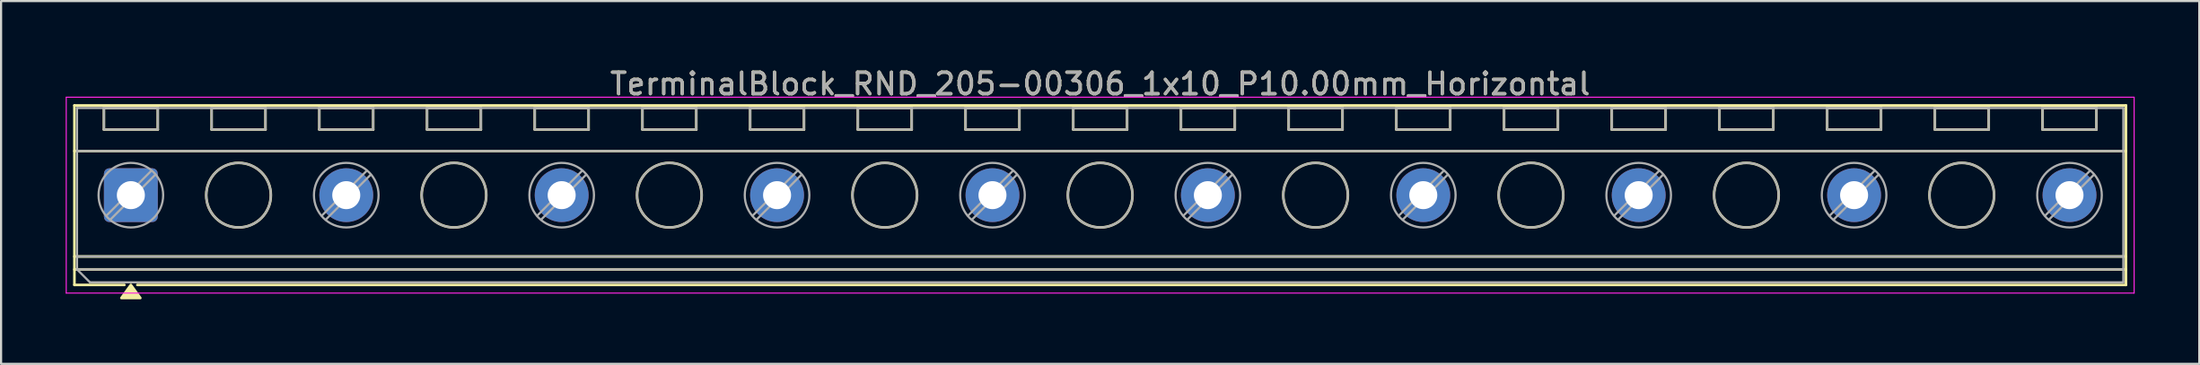
<source format=kicad_pcb>
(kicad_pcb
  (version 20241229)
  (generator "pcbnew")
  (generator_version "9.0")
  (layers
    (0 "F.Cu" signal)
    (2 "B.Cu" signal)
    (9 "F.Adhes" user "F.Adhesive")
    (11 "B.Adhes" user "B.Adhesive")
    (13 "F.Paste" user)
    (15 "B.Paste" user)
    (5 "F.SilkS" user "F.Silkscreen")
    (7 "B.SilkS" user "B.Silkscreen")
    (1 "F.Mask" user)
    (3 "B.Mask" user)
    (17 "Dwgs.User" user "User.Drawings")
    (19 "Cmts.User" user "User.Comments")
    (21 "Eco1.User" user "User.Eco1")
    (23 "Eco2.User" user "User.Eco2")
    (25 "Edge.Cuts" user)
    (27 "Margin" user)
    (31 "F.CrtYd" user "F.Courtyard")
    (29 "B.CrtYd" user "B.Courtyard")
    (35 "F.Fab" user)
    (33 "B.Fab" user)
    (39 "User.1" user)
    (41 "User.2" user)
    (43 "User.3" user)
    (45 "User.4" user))
  (footprint "TerminalBlock_RND_205-00306_1x10_P10.00mm_Horizontal"
    (layer "F.Cu")
    (at 3.025 6.018)
    (property "Reference" "TerminalBlock_RND_205-00306_1x10_P10.00mm_Horizontal" (at 45 -5.17 0) (layer "F.SilkS") (effects (font (size 1 1) (thickness 0.15))))
    (attr through_hole)
    (fp_line (start -2.62 -4.17) (end 92.62 -4.17) (stroke (width 0.12) (type solid)) (layer "F.SilkS"))
    (fp_line (start -2.62 -2.05) (end 92.62 -2.05) (stroke (width 0.12) (type solid)) (layer "F.SilkS"))
    (fp_line (start -2.62 2.85) (end 92.62 2.85) (stroke (width 0.12) (type solid)) (layer "F.SilkS"))
    (fp_line (start -2.62 3.45) (end 92.62 3.45) (stroke (width 0.12) (type solid)) (layer "F.SilkS"))
    (fp_line (start -2.62 4.17) (end -2.62 -4.17) (stroke (width 0.12) (type solid)) (layer "F.SilkS"))
    (fp_line (start -1.25 -4.05) (end 1.25 -4.05) (stroke (width 0.12) (type solid)) (layer "F.SilkS"))
    (fp_line (start -1.25 -3.05) (end -1.25 -4.05) (stroke (width 0.12) (type solid)) (layer "F.SilkS"))
    (fp_line (start -0.3 4.17) (end -2.62 4.17) (stroke (width 0.12) (type solid)) (layer "F.SilkS"))
    (fp_line (start 1.25 -4.05) (end 1.25 -3.05) (stroke (width 0.12) (type solid)) (layer "F.SilkS"))
    (fp_line (start 1.25 -3.05) (end -1.25 -3.05) (stroke (width 0.12) (type solid)) (layer "F.SilkS"))
    (fp_line (start 3.75 -4.05) (end 6.25 -4.05) (stroke (width 0.12) (type solid)) (layer "F.SilkS"))
    (fp_line (start 3.75 -3.05) (end 3.75 -4.05) (stroke (width 0.12) (type solid)) (layer "F.SilkS"))
    (fp_line (start 6.25 -4.05) (end 6.25 -3.05) (stroke (width 0.12) (type solid)) (layer "F.SilkS"))
    (fp_line (start 6.25 -3.05) (end 3.75 -3.05) (stroke (width 0.12) (type solid)) (layer "F.SilkS"))
    (fp_line (start 8.75 -4.05) (end 11.25 -4.05) (stroke (width 0.12) (type solid)) (layer "F.SilkS"))
    (fp_line (start 8.75 -3.05) (end 8.75 -4.05) (stroke (width 0.12) (type solid)) (layer "F.SilkS"))
    (fp_line (start 11.25 -4.05) (end 11.25 -3.05) (stroke (width 0.12) (type solid)) (layer "F.SilkS"))
    (fp_line (start 11.25 -3.05) (end 8.75 -3.05) (stroke (width 0.12) (type solid)) (layer "F.SilkS"))
    (fp_line (start 13.75 -4.05) (end 16.25 -4.05) (stroke (width 0.12) (type solid)) (layer "F.SilkS"))
    (fp_line (start 13.75 -3.05) (end 13.75 -4.05) (stroke (width 0.12) (type solid)) (layer "F.SilkS"))
    (fp_line (start 16.25 -4.05) (end 16.25 -3.05) (stroke (width 0.12) (type solid)) (layer "F.SilkS"))
    (fp_line (start 16.25 -3.05) (end 13.75 -3.05) (stroke (width 0.12) (type solid)) (layer "F.SilkS"))
    (fp_line (start 18.75 -4.05) (end 21.25 -4.05) (stroke (width 0.12) (type solid)) (layer "F.SilkS"))
    (fp_line (start 18.75 -3.05) (end 18.75 -4.05) (stroke (width 0.12) (type solid)) (layer "F.SilkS"))
    (fp_line (start 21.25 -4.05) (end 21.25 -3.05) (stroke (width 0.12) (type solid)) (layer "F.SilkS"))
    (fp_line (start 21.25 -3.05) (end 18.75 -3.05) (stroke (width 0.12) (type solid)) (layer "F.SilkS"))
    (fp_line (start 23.75 -4.05) (end 26.25 -4.05) (stroke (width 0.12) (type solid)) (layer "F.SilkS"))
    (fp_line (start 23.75 -3.05) (end 23.75 -4.05) (stroke (width 0.12) (type solid)) (layer "F.SilkS"))
    (fp_line (start 26.25 -4.05) (end 26.25 -3.05) (stroke (width 0.12) (type solid)) (layer "F.SilkS"))
    (fp_line (start 26.25 -3.05) (end 23.75 -3.05) (stroke (width 0.12) (type solid)) (layer "F.SilkS"))
    (fp_line (start 28.75 -4.05) (end 31.25 -4.05) (stroke (width 0.12) (type solid)) (layer "F.SilkS"))
    (fp_line (start 28.75 -3.05) (end 28.75 -4.05) (stroke (width 0.12) (type solid)) (layer "F.SilkS"))
    (fp_line (start 31.25 -4.05) (end 31.25 -3.05) (stroke (width 0.12) (type solid)) (layer "F.SilkS"))
    (fp_line (start 31.25 -3.05) (end 28.75 -3.05) (stroke (width 0.12) (type solid)) (layer "F.SilkS"))
    (fp_line (start 33.75 -4.05) (end 36.25 -4.05) (stroke (width 0.12) (type solid)) (layer "F.SilkS"))
    (fp_line (start 33.75 -3.05) (end 33.75 -4.05) (stroke (width 0.12) (type solid)) (layer "F.SilkS"))
    (fp_line (start 36.25 -4.05) (end 36.25 -3.05) (stroke (width 0.12) (type solid)) (layer "F.SilkS"))
    (fp_line (start 36.25 -3.05) (end 33.75 -3.05) (stroke (width 0.12) (type solid)) (layer "F.SilkS"))
    (fp_line (start 38.75 -4.05) (end 41.25 -4.05) (stroke (width 0.12) (type solid)) (layer "F.SilkS"))
    (fp_line (start 38.75 -3.05) (end 38.75 -4.05) (stroke (width 0.12) (type solid)) (layer "F.SilkS"))
    (fp_line (start 41.25 -4.05) (end 41.25 -3.05) (stroke (width 0.12) (type solid)) (layer "F.SilkS"))
    (fp_line (start 41.25 -3.05) (end 38.75 -3.05) (stroke (width 0.12) (type solid)) (layer "F.SilkS"))
    (fp_line (start 43.75 -4.05) (end 46.25 -4.05) (stroke (width 0.12) (type solid)) (layer "F.SilkS"))
    (fp_line (start 43.75 -3.05) (end 43.75 -4.05) (stroke (width 0.12) (type solid)) (layer "F.SilkS"))
    (fp_line (start 46.25 -4.05) (end 46.25 -3.05) (stroke (width 0.12) (type solid)) (layer "F.SilkS"))
    (fp_line (start 46.25 -3.05) (end 43.75 -3.05) (stroke (width 0.12) (type solid)) (layer "F.SilkS"))
    (fp_line (start 48.75 -4.05) (end 51.25 -4.05) (stroke (width 0.12) (type solid)) (layer "F.SilkS"))
    (fp_line (start 48.75 -3.05) (end 48.75 -4.05) (stroke (width 0.12) (type solid)) (layer "F.SilkS"))
    (fp_line (start 51.25 -4.05) (end 51.25 -3.05) (stroke (width 0.12) (type solid)) (layer "F.SilkS"))
    (fp_line (start 51.25 -3.05) (end 48.75 -3.05) (stroke (width 0.12) (type solid)) (layer "F.SilkS"))
    (fp_line (start 53.75 -4.05) (end 56.25 -4.05) (stroke (width 0.12) (type solid)) (layer "F.SilkS"))
    (fp_line (start 53.75 -3.05) (end 53.75 -4.05) (stroke (width 0.12) (type solid)) (layer "F.SilkS"))
    (fp_line (start 56.25 -4.05) (end 56.25 -3.05) (stroke (width 0.12) (type solid)) (layer "F.SilkS"))
    (fp_line (start 56.25 -3.05) (end 53.75 -3.05) (stroke (width 0.12) (type solid)) (layer "F.SilkS"))
    (fp_line (start 58.75 -4.05) (end 61.25 -4.05) (stroke (width 0.12) (type solid)) (layer "F.SilkS"))
    (fp_line (start 58.75 -3.05) (end 58.75 -4.05) (stroke (width 0.12) (type solid)) (layer "F.SilkS"))
    (fp_line (start 61.25 -4.05) (end 61.25 -3.05) (stroke (width 0.12) (type solid)) (layer "F.SilkS"))
    (fp_line (start 61.25 -3.05) (end 58.75 -3.05) (stroke (width 0.12) (type solid)) (layer "F.SilkS"))
    (fp_line (start 63.75 -4.05) (end 66.25 -4.05) (stroke (width 0.12) (type solid)) (layer "F.SilkS"))
    (fp_line (start 63.75 -3.05) (end 63.75 -4.05) (stroke (width 0.12) (type solid)) (layer "F.SilkS"))
    (fp_line (start 66.25 -4.05) (end 66.25 -3.05) (stroke (width 0.12) (type solid)) (layer "F.SilkS"))
    (fp_line (start 66.25 -3.05) (end 63.75 -3.05) (stroke (width 0.12) (type solid)) (layer "F.SilkS"))
    (fp_line (start 68.75 -4.05) (end 71.25 -4.05) (stroke (width 0.12) (type solid)) (layer "F.SilkS"))
    (fp_line (start 68.75 -3.05) (end 68.75 -4.05) (stroke (width 0.12) (type solid)) (layer "F.SilkS"))
    (fp_line (start 71.25 -4.05) (end 71.25 -3.05) (stroke (width 0.12) (type solid)) (layer "F.SilkS"))
    (fp_line (start 71.25 -3.05) (end 68.75 -3.05) (stroke (width 0.12) (type solid)) (layer "F.SilkS"))
    (fp_line (start 73.75 -4.05) (end 76.25 -4.05) (stroke (width 0.12) (type solid)) (layer "F.SilkS"))
    (fp_line (start 73.75 -3.05) (end 73.75 -4.05) (stroke (width 0.12) (type solid)) (layer "F.SilkS"))
    (fp_line (start 76.25 -4.05) (end 76.25 -3.05) (stroke (width 0.12) (type solid)) (layer "F.SilkS"))
    (fp_line (start 76.25 -3.05) (end 73.75 -3.05) (stroke (width 0.12) (type solid)) (layer "F.SilkS"))
    (fp_line (start 78.75 -4.05) (end 81.25 -4.05) (stroke (width 0.12) (type solid)) (layer "F.SilkS"))
    (fp_line (start 78.75 -3.05) (end 78.75 -4.05) (stroke (width 0.12) (type solid)) (layer "F.SilkS"))
    (fp_line (start 81.25 -4.05) (end 81.25 -3.05) (stroke (width 0.12) (type solid)) (layer "F.SilkS"))
    (fp_line (start 81.25 -3.05) (end 78.75 -3.05) (stroke (width 0.12) (type solid)) (layer "F.SilkS"))
    (fp_line (start 83.75 -4.05) (end 86.25 -4.05) (stroke (width 0.12) (type solid)) (layer "F.SilkS"))
    (fp_line (start 83.75 -3.05) (end 83.75 -4.05) (stroke (width 0.12) (type solid)) (layer "F.SilkS"))
    (fp_line (start 86.25 -4.05) (end 86.25 -3.05) (stroke (width 0.12) (type solid)) (layer "F.SilkS"))
    (fp_line (start 86.25 -3.05) (end 83.75 -3.05) (stroke (width 0.12) (type solid)) (layer "F.SilkS"))
    (fp_line (start 88.75 -4.05) (end 91.25 -4.05) (stroke (width 0.12) (type solid)) (layer "F.SilkS"))
    (fp_line (start 88.75 -3.05) (end 88.75 -4.05) (stroke (width 0.12) (type solid)) (layer "F.SilkS"))
    (fp_line (start 91.25 -4.05) (end 91.25 -3.05) (stroke (width 0.12) (type solid)) (layer "F.SilkS"))
    (fp_line (start 91.25 -3.05) (end 88.75 -3.05) (stroke (width 0.12) (type solid)) (layer "F.SilkS"))
    (fp_line (start 92.62 -4.17) (end 92.62 4.17) (stroke (width 0.12) (type solid)) (layer "F.SilkS"))
    (fp_line (start 92.62 4.17) (end 0.3 4.17) (stroke (width 0.12) (type solid)) (layer "F.SilkS"))
    (fp_circle (center 5 0) (end 6.5 0) (stroke (width 0.12) (type solid)) (fill no) (layer "F.SilkS"))
    (fp_circle (center 15 0) (end 16.5 0) (stroke (width 0.12) (type solid)) (fill no) (layer "F.SilkS"))
    (fp_circle (center 25 0) (end 26.5 0) (stroke (width 0.12) (type solid)) (fill no) (layer "F.SilkS"))
    (fp_circle (center 35 0) (end 36.5 0) (stroke (width 0.12) (type solid)) (fill no) (layer "F.SilkS"))
    (fp_circle (center 45 0) (end 46.5 0) (stroke (width 0.12) (type solid)) (fill no) (layer "F.SilkS"))
    (fp_circle (center 55 0) (end 56.5 0) (stroke (width 0.12) (type solid)) (fill no) (layer "F.SilkS"))
    (fp_circle (center 65 0) (end 66.5 0) (stroke (width 0.12) (type solid)) (fill no) (layer "F.SilkS"))
    (fp_circle (center 75 0) (end 76.5 0) (stroke (width 0.12) (type solid)) (fill no) (layer "F.SilkS"))
    (fp_circle (center 85 0) (end 86.5 0) (stroke (width 0.12) (type solid)) (fill no) (layer "F.SilkS"))
    (fp_poly (pts (xy 0 4.17) (xy 0.44 4.78) (xy -0.44 4.78)) (stroke (width 0.12) (type solid)) (fill yes) (layer "F.SilkS"))
    (fp_line (start -3 -4.55) (end -3 4.55) (stroke (width 0.05) (type solid)) (layer "F.CrtYd"))
    (fp_line (start -3 4.55) (end 93 4.55) (stroke (width 0.05) (type solid)) (layer "F.CrtYd"))
    (fp_line (start 93 -4.55) (end -3 -4.55) (stroke (width 0.05) (type solid)) (layer "F.CrtYd"))
    (fp_line (start 93 4.55) (end 93 -4.55) (stroke (width 0.05) (type solid)) (layer "F.CrtYd"))
    (fp_line (start -2.5 -4.05) (end 92.5 -4.05) (stroke (width 0.1) (type solid)) (layer "F.Fab"))
    (fp_line (start -2.5 -2.05) (end 92.5 -2.05) (stroke (width 0.1) (type solid)) (layer "F.Fab"))
    (fp_line (start -2.5 2.85) (end 92.5 2.85) (stroke (width 0.1) (type solid)) (layer "F.Fab"))
    (fp_line (start -2.5 3.45) (end -2.5 -4.05) (stroke (width 0.1) (type solid)) (layer "F.Fab"))
    (fp_line (start -2.5 3.45) (end 92.5 3.45) (stroke (width 0.1) (type solid)) (layer "F.Fab"))
    (fp_line (start -1.9 4.05) (end -2.5 3.45) (stroke (width 0.1) (type solid)) (layer "F.Fab"))
    (fp_line (start -1.25 -4.05) (end -1.25 -3.05) (stroke (width 0.1) (type solid)) (layer "F.Fab"))
    (fp_line (start -1.25 -3.05) (end 1.25 -3.05) (stroke (width 0.1) (type solid)) (layer "F.Fab"))
    (fp_line (start 0.955 -1.138) (end -1.138 0.955) (stroke (width 0.1) (type solid)) (layer "F.Fab"))
    (fp_line (start 1.138 -0.955) (end -0.955 1.138) (stroke (width 0.1) (type solid)) (layer "F.Fab"))
    (fp_line (start 1.25 -4.05) (end -1.25 -4.05) (stroke (width 0.1) (type solid)) (layer "F.Fab"))
    (fp_line (start 1.25 -3.05) (end 1.25 -4.05) (stroke (width 0.1) (type solid)) (layer "F.Fab"))
    (fp_line (start 3.75 -4.05) (end 3.75 -3.05) (stroke (width 0.1) (type solid)) (layer "F.Fab"))
    (fp_line (start 3.75 -3.05) (end 6.25 -3.05) (stroke (width 0.1) (type solid)) (layer "F.Fab"))
    (fp_line (start 6.25 -4.05) (end 3.75 -4.05) (stroke (width 0.1) (type solid)) (layer "F.Fab"))
    (fp_line (start 6.25 -3.05) (end 6.25 -4.05) (stroke (width 0.1) (type solid)) (layer "F.Fab"))
    (fp_line (start 8.75 -4.05) (end 8.75 -3.05) (stroke (width 0.1) (type solid)) (layer "F.Fab"))
    (fp_line (start 8.75 -3.05) (end 11.25 -3.05) (stroke (width 0.1) (type solid)) (layer "F.Fab"))
    (fp_line (start 10.955 -1.138) (end 8.862 0.955) (stroke (width 0.1) (type solid)) (layer "F.Fab"))
    (fp_line (start 11.138 -0.955) (end 9.045 1.138) (stroke (width 0.1) (type solid)) (layer "F.Fab"))
    (fp_line (start 11.25 -4.05) (end 8.75 -4.05) (stroke (width 0.1) (type solid)) (layer "F.Fab"))
    (fp_line (start 11.25 -3.05) (end 11.25 -4.05) (stroke (width 0.1) (type solid)) (layer "F.Fab"))
    (fp_line (start 13.75 -4.05) (end 13.75 -3.05) (stroke (width 0.1) (type solid)) (layer "F.Fab"))
    (fp_line (start 13.75 -3.05) (end 16.25 -3.05) (stroke (width 0.1) (type solid)) (layer "F.Fab"))
    (fp_line (start 16.25 -4.05) (end 13.75 -4.05) (stroke (width 0.1) (type solid)) (layer "F.Fab"))
    (fp_line (start 16.25 -3.05) (end 16.25 -4.05) (stroke (width 0.1) (type solid)) (layer "F.Fab"))
    (fp_line (start 18.75 -4.05) (end 18.75 -3.05) (stroke (width 0.1) (type solid)) (layer "F.Fab"))
    (fp_line (start 18.75 -3.05) (end 21.25 -3.05) (stroke (width 0.1) (type solid)) (layer "F.Fab"))
    (fp_line (start 20.955 -1.138) (end 18.862 0.955) (stroke (width 0.1) (type solid)) (layer "F.Fab"))
    (fp_line (start 21.138 -0.955) (end 19.045 1.138) (stroke (width 0.1) (type solid)) (layer "F.Fab"))
    (fp_line (start 21.25 -4.05) (end 18.75 -4.05) (stroke (width 0.1) (type solid)) (layer "F.Fab"))
    (fp_line (start 21.25 -3.05) (end 21.25 -4.05) (stroke (width 0.1) (type solid)) (layer "F.Fab"))
    (fp_line (start 23.75 -4.05) (end 23.75 -3.05) (stroke (width 0.1) (type solid)) (layer "F.Fab"))
    (fp_line (start 23.75 -3.05) (end 26.25 -3.05) (stroke (width 0.1) (type solid)) (layer "F.Fab"))
    (fp_line (start 26.25 -4.05) (end 23.75 -4.05) (stroke (width 0.1) (type solid)) (layer "F.Fab"))
    (fp_line (start 26.25 -3.05) (end 26.25 -4.05) (stroke (width 0.1) (type solid)) (layer "F.Fab"))
    (fp_line (start 28.75 -4.05) (end 28.75 -3.05) (stroke (width 0.1) (type solid)) (layer "F.Fab"))
    (fp_line (start 28.75 -3.05) (end 31.25 -3.05) (stroke (width 0.1) (type solid)) (layer "F.Fab"))
    (fp_line (start 30.955 -1.138) (end 28.862 0.955) (stroke (width 0.1) (type solid)) (layer "F.Fab"))
    (fp_line (start 31.138 -0.955) (end 29.045 1.138) (stroke (width 0.1) (type solid)) (layer "F.Fab"))
    (fp_line (start 31.25 -4.05) (end 28.75 -4.05) (stroke (width 0.1) (type solid)) (layer "F.Fab"))
    (fp_line (start 31.25 -3.05) (end 31.25 -4.05) (stroke (width 0.1) (type solid)) (layer "F.Fab"))
    (fp_line (start 33.75 -4.05) (end 33.75 -3.05) (stroke (width 0.1) (type solid)) (layer "F.Fab"))
    (fp_line (start 33.75 -3.05) (end 36.25 -3.05) (stroke (width 0.1) (type solid)) (layer "F.Fab"))
    (fp_line (start 36.25 -4.05) (end 33.75 -4.05) (stroke (width 0.1) (type solid)) (layer "F.Fab"))
    (fp_line (start 36.25 -3.05) (end 36.25 -4.05) (stroke (width 0.1) (type solid)) (layer "F.Fab"))
    (fp_line (start 38.75 -4.05) (end 38.75 -3.05) (stroke (width 0.1) (type solid)) (layer "F.Fab"))
    (fp_line (start 38.75 -3.05) (end 41.25 -3.05) (stroke (width 0.1) (type solid)) (layer "F.Fab"))
    (fp_line (start 40.955 -1.138) (end 38.862 0.955) (stroke (width 0.1) (type solid)) (layer "F.Fab"))
    (fp_line (start 41.138 -0.955) (end 39.045 1.138) (stroke (width 0.1) (type solid)) (layer "F.Fab"))
    (fp_line (start 41.25 -4.05) (end 38.75 -4.05) (stroke (width 0.1) (type solid)) (layer "F.Fab"))
    (fp_line (start 41.25 -3.05) (end 41.25 -4.05) (stroke (width 0.1) (type solid)) (layer "F.Fab"))
    (fp_line (start 43.75 -4.05) (end 43.75 -3.05) (stroke (width 0.1) (type solid)) (layer "F.Fab"))
    (fp_line (start 43.75 -3.05) (end 46.25 -3.05) (stroke (width 0.1) (type solid)) (layer "F.Fab"))
    (fp_line (start 46.25 -4.05) (end 43.75 -4.05) (stroke (width 0.1) (type solid)) (layer "F.Fab"))
    (fp_line (start 46.25 -3.05) (end 46.25 -4.05) (stroke (width 0.1) (type solid)) (layer "F.Fab"))
    (fp_line (start 48.75 -4.05) (end 48.75 -3.05) (stroke (width 0.1) (type solid)) (layer "F.Fab"))
    (fp_line (start 48.75 -3.05) (end 51.25 -3.05) (stroke (width 0.1) (type solid)) (layer "F.Fab"))
    (fp_line (start 50.955 -1.138) (end 48.862 0.955) (stroke (width 0.1) (type solid)) (layer "F.Fab"))
    (fp_line (start 51.138 -0.955) (end 49.045 1.138) (stroke (width 0.1) (type solid)) (layer "F.Fab"))
    (fp_line (start 51.25 -4.05) (end 48.75 -4.05) (stroke (width 0.1) (type solid)) (layer "F.Fab"))
    (fp_line (start 51.25 -3.05) (end 51.25 -4.05) (stroke (width 0.1) (type solid)) (layer "F.Fab"))
    (fp_line (start 53.75 -4.05) (end 53.75 -3.05) (stroke (width 0.1) (type solid)) (layer "F.Fab"))
    (fp_line (start 53.75 -3.05) (end 56.25 -3.05) (stroke (width 0.1) (type solid)) (layer "F.Fab"))
    (fp_line (start 56.25 -4.05) (end 53.75 -4.05) (stroke (width 0.1) (type solid)) (layer "F.Fab"))
    (fp_line (start 56.25 -3.05) (end 56.25 -4.05) (stroke (width 0.1) (type solid)) (layer "F.Fab"))
    (fp_line (start 58.75 -4.05) (end 58.75 -3.05) (stroke (width 0.1) (type solid)) (layer "F.Fab"))
    (fp_line (start 58.75 -3.05) (end 61.25 -3.05) (stroke (width 0.1) (type solid)) (layer "F.Fab"))
    (fp_line (start 60.955 -1.138) (end 58.862 0.955) (stroke (width 0.1) (type solid)) (layer "F.Fab"))
    (fp_line (start 61.138 -0.955) (end 59.045 1.138) (stroke (width 0.1) (type solid)) (layer "F.Fab"))
    (fp_line (start 61.25 -4.05) (end 58.75 -4.05) (stroke (width 0.1) (type solid)) (layer "F.Fab"))
    (fp_line (start 61.25 -3.05) (end 61.25 -4.05) (stroke (width 0.1) (type solid)) (layer "F.Fab"))
    (fp_line (start 63.75 -4.05) (end 63.75 -3.05) (stroke (width 0.1) (type solid)) (layer "F.Fab"))
    (fp_line (start 63.75 -3.05) (end 66.25 -3.05) (stroke (width 0.1) (type solid)) (layer "F.Fab"))
    (fp_line (start 66.25 -4.05) (end 63.75 -4.05) (stroke (width 0.1) (type solid)) (layer "F.Fab"))
    (fp_line (start 66.25 -3.05) (end 66.25 -4.05) (stroke (width 0.1) (type solid)) (layer "F.Fab"))
    (fp_line (start 68.75 -4.05) (end 68.75 -3.05) (stroke (width 0.1) (type solid)) (layer "F.Fab"))
    (fp_line (start 68.75 -3.05) (end 71.25 -3.05) (stroke (width 0.1) (type solid)) (layer "F.Fab"))
    (fp_line (start 70.955 -1.138) (end 68.862 0.955) (stroke (width 0.1) (type solid)) (layer "F.Fab"))
    (fp_line (start 71.138 -0.955) (end 69.045 1.138) (stroke (width 0.1) (type solid)) (layer "F.Fab"))
    (fp_line (start 71.25 -4.05) (end 68.75 -4.05) (stroke (width 0.1) (type solid)) (layer "F.Fab"))
    (fp_line (start 71.25 -3.05) (end 71.25 -4.05) (stroke (width 0.1) (type solid)) (layer "F.Fab"))
    (fp_line (start 73.75 -4.05) (end 73.75 -3.05) (stroke (width 0.1) (type solid)) (layer "F.Fab"))
    (fp_line (start 73.75 -3.05) (end 76.25 -3.05) (stroke (width 0.1) (type solid)) (layer "F.Fab"))
    (fp_line (start 76.25 -4.05) (end 73.75 -4.05) (stroke (width 0.1) (type solid)) (layer "F.Fab"))
    (fp_line (start 76.25 -3.05) (end 76.25 -4.05) (stroke (width 0.1) (type solid)) (layer "F.Fab"))
    (fp_line (start 78.75 -4.05) (end 78.75 -3.05) (stroke (width 0.1) (type solid)) (layer "F.Fab"))
    (fp_line (start 78.75 -3.05) (end 81.25 -3.05) (stroke (width 0.1) (type solid)) (layer "F.Fab"))
    (fp_line (start 80.955 -1.138) (end 78.862 0.955) (stroke (width 0.1) (type solid)) (layer "F.Fab"))
    (fp_line (start 81.138 -0.955) (end 79.045 1.138) (stroke (width 0.1) (type solid)) (layer "F.Fab"))
    (fp_line (start 81.25 -4.05) (end 78.75 -4.05) (stroke (width 0.1) (type solid)) (layer "F.Fab"))
    (fp_line (start 81.25 -3.05) (end 81.25 -4.05) (stroke (width 0.1) (type solid)) (layer "F.Fab"))
    (fp_line (start 83.75 -4.05) (end 83.75 -3.05) (stroke (width 0.1) (type solid)) (layer "F.Fab"))
    (fp_line (start 83.75 -3.05) (end 86.25 -3.05) (stroke (width 0.1) (type solid)) (layer "F.Fab"))
    (fp_line (start 86.25 -4.05) (end 83.75 -4.05) (stroke (width 0.1) (type solid)) (layer "F.Fab"))
    (fp_line (start 86.25 -3.05) (end 86.25 -4.05) (stroke (width 0.1) (type solid)) (layer "F.Fab"))
    (fp_line (start 88.75 -4.05) (end 88.75 -3.05) (stroke (width 0.1) (type solid)) (layer "F.Fab"))
    (fp_line (start 88.75 -3.05) (end 91.25 -3.05) (stroke (width 0.1) (type solid)) (layer "F.Fab"))
    (fp_line (start 90.955 -1.138) (end 88.862 0.955) (stroke (width 0.1) (type solid)) (layer "F.Fab"))
    (fp_line (start 91.138 -0.955) (end 89.045 1.138) (stroke (width 0.1) (type solid)) (layer "F.Fab"))
    (fp_line (start 91.25 -4.05) (end 88.75 -4.05) (stroke (width 0.1) (type solid)) (layer "F.Fab"))
    (fp_line (start 91.25 -3.05) (end 91.25 -4.05) (stroke (width 0.1) (type solid)) (layer "F.Fab"))
    (fp_line (start 92.5 -4.05) (end 92.5 4.05) (stroke (width 0.1) (type solid)) (layer "F.Fab"))
    (fp_line (start 92.5 4.05) (end -1.9 4.05) (stroke (width 0.1) (type solid)) (layer "F.Fab"))
    (fp_circle (center 0 0) (end 1.5 0) (stroke (width 0.1) (type solid)) (fill no) (layer "F.Fab"))
    (fp_circle (center 5 0) (end 6.5 0) (stroke (width 0.1) (type solid)) (fill no) (layer "F.Fab"))
    (fp_circle (center 10 0) (end 11.5 0) (stroke (width 0.1) (type solid)) (fill no) (layer "F.Fab"))
    (fp_circle (center 15 0) (end 16.5 0) (stroke (width 0.1) (type solid)) (fill no) (layer "F.Fab"))
    (fp_circle (center 20 0) (end 21.5 0) (stroke (width 0.1) (type solid)) (fill no) (layer "F.Fab"))
    (fp_circle (center 25 0) (end 26.5 0) (stroke (width 0.1) (type solid)) (fill no) (layer "F.Fab"))
    (fp_circle (center 30 0) (end 31.5 0) (stroke (width 0.1) (type solid)) (fill no) (layer "F.Fab"))
    (fp_circle (center 35 0) (end 36.5 0) (stroke (width 0.1) (type solid)) (fill no) (layer "F.Fab"))
    (fp_circle (center 40 0) (end 41.5 0) (stroke (width 0.1) (type solid)) (fill no) (layer "F.Fab"))
    (fp_circle (center 45 0) (end 46.5 0) (stroke (width 0.1) (type solid)) (fill no) (layer "F.Fab"))
    (fp_circle (center 50 0) (end 51.5 0) (stroke (width 0.1) (type solid)) (fill no) (layer "F.Fab"))
    (fp_circle (center 55 0) (end 56.5 0) (stroke (width 0.1) (type solid)) (fill no) (layer "F.Fab"))
    (fp_circle (center 60 0) (end 61.5 0) (stroke (width 0.1) (type solid)) (fill no) (layer "F.Fab"))
    (fp_circle (center 65 0) (end 66.5 0) (stroke (width 0.1) (type solid)) (fill no) (layer "F.Fab"))
    (fp_circle (center 70 0) (end 71.5 0) (stroke (width 0.1) (type solid)) (fill no) (layer "F.Fab"))
    (fp_circle (center 75 0) (end 76.5 0) (stroke (width 0.1) (type solid)) (fill no) (layer "F.Fab"))
    (fp_circle (center 80 0) (end 81.5 0) (stroke (width 0.1) (type solid)) (fill no) (layer "F.Fab"))
    (fp_circle (center 85 0) (end 86.5 0) (stroke (width 0.1) (type solid)) (fill no) (layer "F.Fab"))
    (fp_circle (center 90 0) (end 91.5 0) (stroke (width 0.1) (type solid)) (fill no) (layer "F.Fab"))
    (fp_text user "${REFERENCE}" (at 45 -5.17 0) (layer "F.Fab") (effects (font (size 1 1) (thickness 0.15))))
    (pad "1" thru_hole roundrect (at 0 0) (size 2.5 2.5) (drill 1.3) (layers "*.Cu" "*.Mask") (roundrect_rratio 0.1))
    (pad "2" thru_hole circle (at 10 0) (size 2.5 2.5) (drill 1.3) (layers "*.Cu" "*.Mask"))
    (pad "3" thru_hole circle (at 20 0) (size 2.5 2.5) (drill 1.3) (layers "*.Cu" "*.Mask"))
    (pad "4" thru_hole circle (at 30 0) (size 2.5 2.5) (drill 1.3) (layers "*.Cu" "*.Mask"))
    (pad "5" thru_hole circle (at 40 0) (size 2.5 2.5) (drill 1.3) (layers "*.Cu" "*.Mask"))
    (pad "6" thru_hole circle (at 50 0) (size 2.5 2.5) (drill 1.3) (layers "*.Cu" "*.Mask"))
    (pad "7" thru_hole circle (at 60 0) (size 2.5 2.5) (drill 1.3) (layers "*.Cu" "*.Mask"))
    (pad "8" thru_hole circle (at 70 0) (size 2.5 2.5) (drill 1.3) (layers "*.Cu" "*.Mask"))
    (pad "9" thru_hole circle (at 80 0) (size 2.5 2.5) (drill 1.3) (layers "*.Cu" "*.Mask"))
    (pad "10" thru_hole circle (at 90 0) (size 2.5 2.5) (drill 1.3) (layers "*.Cu" "*.Mask")))
  (gr_rect
    (start -3 -3)
    (end 99.05 13.858)
    (stroke (width 0.1) (type default))
    (fill no)
    (layer "Edge.Cuts")))
</source>
